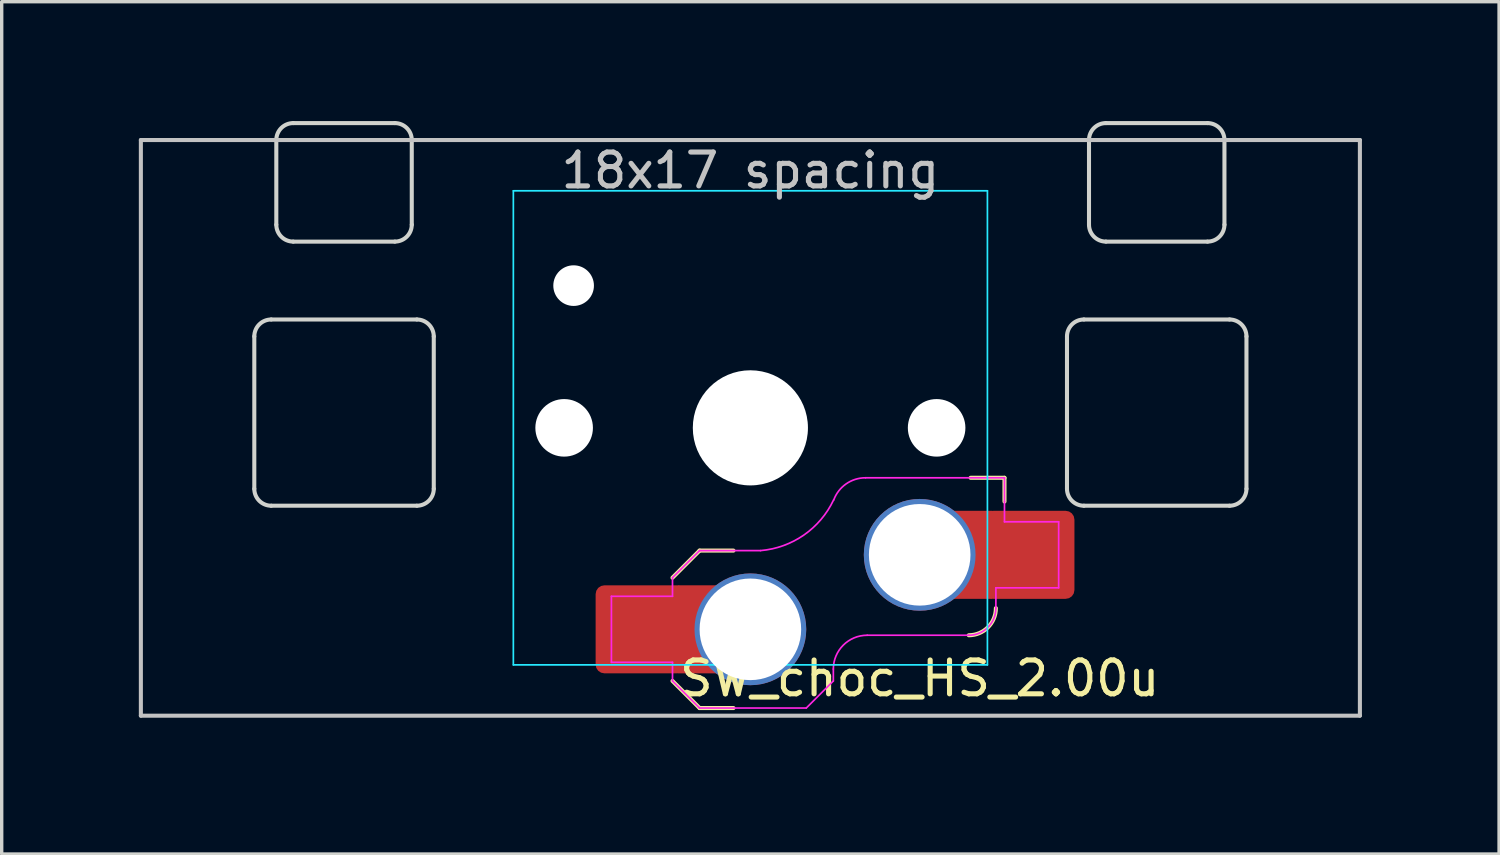
<source format=kicad_pcb>
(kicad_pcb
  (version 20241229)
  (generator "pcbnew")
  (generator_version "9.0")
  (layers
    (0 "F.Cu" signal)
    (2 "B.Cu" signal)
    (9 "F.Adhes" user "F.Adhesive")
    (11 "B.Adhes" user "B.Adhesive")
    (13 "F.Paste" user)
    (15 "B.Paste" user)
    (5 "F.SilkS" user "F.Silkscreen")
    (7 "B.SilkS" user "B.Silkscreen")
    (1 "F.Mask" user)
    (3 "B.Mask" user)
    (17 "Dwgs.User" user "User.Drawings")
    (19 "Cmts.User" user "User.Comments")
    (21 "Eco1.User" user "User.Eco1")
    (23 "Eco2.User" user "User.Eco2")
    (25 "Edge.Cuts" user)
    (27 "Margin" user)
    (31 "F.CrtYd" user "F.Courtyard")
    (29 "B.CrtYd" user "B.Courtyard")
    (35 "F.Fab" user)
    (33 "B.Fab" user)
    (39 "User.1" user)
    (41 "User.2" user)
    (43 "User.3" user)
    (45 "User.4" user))
  (footprint "SW_choc_HS_2.00u"
    (layer "F.Cu")
    (at 19.11 9.585)
    (property "Reference" "SW_choc_HS_2.00u" (at 5 7.4 180) (layer "F.SilkS") (effects (font (size 1 1) (thickness 0.15))))
    (attr smd)
    (fp_line (start -2.3 7.475) (end -1.5 8.275) (stroke (width 0.12) (type solid)) (layer "F.SilkS"))
    (fp_line (start -1.5 3.625) (end -2.3 4.425) (stroke (width 0.12) (type solid)) (layer "F.SilkS"))
    (fp_line (start -1.5 3.625) (end -0.5 3.625) (stroke (width 0.12) (type solid)) (layer "F.SilkS"))
    (fp_line (start -1.5 8.275) (end -0.5 8.275) (stroke (width 0.12) (type solid)) (layer "F.SilkS"))
    (fp_line (start 7.504 1.475) (end 6.504 1.475) (stroke (width 0.12) (type solid)) (layer "F.SilkS"))
    (fp_line (start 7.504 1.475) (end 7.504 2.175) (stroke (width 0.12) (type solid)) (layer "F.SilkS"))
    (fp_arc (start 7.25 5.325) (mid 7.015685 5.890685) (end 6.45 6.125) (stroke (width 0.12) (type solid)) (layer "F.SilkS"))
    (fp_line (start -18 -8.5) (end -18 8.5) (stroke (width 0.12) (type solid)) (layer "Dwgs.User"))
    (fp_line (start -18 8.5) (end 18 8.5) (stroke (width 0.12) (type solid)) (layer "Dwgs.User"))
    (fp_line (start 18 -8.5) (end -18 -8.5) (stroke (width 0.12) (type solid)) (layer "Dwgs.User"))
    (fp_line (start 18 8.5) (end 18 -8.5) (stroke (width 0.12) (type solid)) (layer "Dwgs.User"))
    (fp_line (start -19.05 -9.525) (end 19.05 -9.525) (stroke (width 0.12) (type solid)) (layer "Eco1.User"))
    (fp_line (start -19.05 9.525) (end -19.05 -9.525) (stroke (width 0.12) (type solid)) (layer "Eco1.User"))
    (fp_line (start 19.05 -9.525) (end 19.05 9.525) (stroke (width 0.12) (type solid)) (layer "Eco1.User"))
    (fp_line (start 19.05 9.525) (end -19.05 9.525) (stroke (width 0.12) (type solid)) (layer "Eco1.User"))
    (fp_line (start -15.15 2.55) (end -15.15 -3.3) (stroke (width 0.05) (type solid)) (layer "Eco2.User"))
    (fp_line (start -14.65 -3.8) (end -14.3 -3.8) (stroke (width 0.05) (type solid)) (layer "Eco2.User"))
    (fp_line (start -14.65 3.05) (end -9.35 3.05) (stroke (width 0.05) (type solid)) (layer "Eco2.User"))
    (fp_line (start -13.8 -4.3) (end -13.8 -7.95) (stroke (width 0.05) (type solid)) (layer "Eco2.User"))
    (fp_line (start -13.3 -8.45) (end -10.7 -8.45) (stroke (width 0.05) (type solid)) (layer "Eco2.User"))
    (fp_line (start -10.2 -4.3) (end -10.2 -7.95) (stroke (width 0.05) (type solid)) (layer "Eco2.User"))
    (fp_line (start -9.35 -3.8) (end -9.7 -3.8) (stroke (width 0.05) (type solid)) (layer "Eco2.User"))
    (fp_line (start -8.85 2.55) (end -8.85 -3.3) (stroke (width 0.05) (type solid)) (layer "Eco2.User"))
    (fp_line (start -6.95 -6.45) (end -6.95 6.45) (stroke (width 0.05) (type solid)) (layer "Eco2.User"))
    (fp_line (start -6.45 6.95) (end 6.45 6.95) (stroke (width 0.05) (type solid)) (layer "Eco2.User"))
    (fp_line (start 6.45 -6.95) (end -6.45 -6.95) (stroke (width 0.05) (type solid)) (layer "Eco2.User"))
    (fp_line (start 6.95 6.45) (end 6.95 -6.45) (stroke (width 0.05) (type solid)) (layer "Eco2.User"))
    (fp_line (start 8.85 2.55) (end 8.85 -3.3) (stroke (width 0.05) (type solid)) (layer "Eco2.User"))
    (fp_line (start 9.35 -3.8) (end 9.7 -3.8) (stroke (width 0.05) (type solid)) (layer "Eco2.User"))
    (fp_line (start 10.2 -4.3) (end 10.2 -7.95) (stroke (width 0.05) (type solid)) (layer "Eco2.User"))
    (fp_line (start 13.3 -8.45) (end 10.7 -8.45) (stroke (width 0.05) (type solid)) (layer "Eco2.User"))
    (fp_line (start 13.8 -4.3) (end 13.8 -7.95) (stroke (width 0.05) (type solid)) (layer "Eco2.User"))
    (fp_line (start 14.65 -3.8) (end 14.3 -3.8) (stroke (width 0.05) (type solid)) (layer "Eco2.User"))
    (fp_line (start 14.65 3.05) (end 9.35 3.05) (stroke (width 0.05) (type solid)) (layer "Eco2.User"))
    (fp_line (start 15.15 2.55) (end 15.15 -3.3) (stroke (width 0.05) (type solid)) (layer "Eco2.User"))
    (fp_arc (start -15.15 -3.3) (mid -15.003553 -3.653553) (end -14.65 -3.8) (stroke (width 0.05) (type solid)) (layer "Eco2.User"))
    (fp_arc (start -14.65 3.05) (mid -15.003553 2.903553) (end -15.15 2.55) (stroke (width 0.05) (type solid)) (layer "Eco2.User"))
    (fp_arc (start -13.8 -7.95) (mid -13.653553 -8.303553) (end -13.3 -8.45) (stroke (width 0.05) (type solid)) (layer "Eco2.User"))
    (fp_arc (start -13.8 -4.3) (mid -13.946447 -3.946447) (end -14.3 -3.8) (stroke (width 0.05) (type solid)) (layer "Eco2.User"))
    (fp_arc (start -10.7 -8.45) (mid -10.346447 -8.303553) (end -10.2 -7.95) (stroke (width 0.05) (type solid)) (layer "Eco2.User"))
    (fp_arc (start -9.7 -3.8) (mid -10.053553 -3.946447) (end -10.2 -4.3) (stroke (width 0.05) (type solid)) (layer "Eco2.User"))
    (fp_arc (start -9.35 -3.8) (mid -8.996447 -3.653553) (end -8.85 -3.3) (stroke (width 0.05) (type solid)) (layer "Eco2.User"))
    (fp_arc (start -8.85 2.55) (mid -8.996447 2.903553) (end -9.35 3.05) (stroke (width 0.05) (type solid)) (layer "Eco2.User"))
    (fp_arc (start -6.95 -6.45) (mid -6.803553 -6.803553) (end -6.45 -6.95) (stroke (width 0.05) (type solid)) (layer "Eco2.User"))
    (fp_arc (start -6.45 6.95) (mid -6.803553 6.803553) (end -6.95 6.45) (stroke (width 0.05) (type solid)) (layer "Eco2.User"))
    (fp_arc (start 6.45 -6.95) (mid 6.803553 -6.803553) (end 6.95 -6.45) (stroke (width 0.05) (type solid)) (layer "Eco2.User"))
    (fp_arc (start 6.95 6.45) (mid 6.803553 6.803553) (end 6.45 6.95) (stroke (width 0.05) (type solid)) (layer "Eco2.User"))
    (fp_arc (start 8.85 -3.3) (mid 8.996447 -3.653553) (end 9.35 -3.8) (stroke (width 0.05) (type solid)) (layer "Eco2.User"))
    (fp_arc (start 9.35 3.05) (mid 8.996447 2.903553) (end 8.85 2.55) (stroke (width 0.05) (type solid)) (layer "Eco2.User"))
    (fp_arc (start 10.2 -7.95) (mid 10.346447 -8.303553) (end 10.7 -8.45) (stroke (width 0.05) (type solid)) (layer "Eco2.User"))
    (fp_arc (start 10.2 -4.3) (mid 10.053553 -3.946447) (end 9.7 -3.8) (stroke (width 0.05) (type solid)) (layer "Eco2.User"))
    (fp_arc (start 13.3 -8.45) (mid 13.653553 -8.303553) (end 13.8 -7.95) (stroke (width 0.05) (type solid)) (layer "Eco2.User"))
    (fp_arc (start 14.3 -3.8) (mid 13.946447 -3.946447) (end 13.8 -4.3) (stroke (width 0.05) (type solid)) (layer "Eco2.User"))
    (fp_arc (start 14.65 -3.8) (mid 15.003553 -3.653553) (end 15.15 -3.3) (stroke (width 0.05) (type solid)) (layer "Eco2.User"))
    (fp_arc (start 15.15 2.55) (mid 15.003553 2.903553) (end 14.65 3.05) (stroke (width 0.05) (type solid)) (layer "Eco2.User"))
    (fp_line (start -14.65 1.8) (end -14.65 -2.7) (stroke (width 0.12) (type solid)) (layer "Edge.Cuts"))
    (fp_line (start -14.15 -3.2) (end -9.85 -3.2) (stroke (width 0.12) (type solid)) (layer "Edge.Cuts"))
    (fp_line (start -14.15 2.3) (end -9.85 2.3) (stroke (width 0.12) (type solid)) (layer "Edge.Cuts"))
    (fp_line (start -14 -6) (end -14 -8.5) (stroke (width 0.12) (type solid)) (layer "Edge.Cuts"))
    (fp_line (start -13.5 -9) (end -10.5 -9) (stroke (width 0.12) (type solid)) (layer "Edge.Cuts"))
    (fp_line (start -13.5 -5.5) (end -10.5 -5.5) (stroke (width 0.12) (type solid)) (layer "Edge.Cuts"))
    (fp_line (start -10 -6) (end -10 -8.5) (stroke (width 0.12) (type solid)) (layer "Edge.Cuts"))
    (fp_line (start -9.35 1.8) (end -9.35 -2.7) (stroke (width 0.12) (type solid)) (layer "Edge.Cuts"))
    (fp_line (start 9.35 1.8) (end 9.35 -2.7) (stroke (width 0.12) (type solid)) (layer "Edge.Cuts"))
    (fp_line (start 10 -6) (end 10 -8.5) (stroke (width 0.12) (type solid)) (layer "Edge.Cuts"))
    (fp_line (start 13.5 -9) (end 10.5 -9) (stroke (width 0.12) (type solid)) (layer "Edge.Cuts"))
    (fp_line (start 13.5 -5.5) (end 10.5 -5.5) (stroke (width 0.12) (type solid)) (layer "Edge.Cuts"))
    (fp_line (start 14 -6) (end 14 -8.5) (stroke (width 0.12) (type solid)) (layer "Edge.Cuts"))
    (fp_line (start 14.15 -3.2) (end 9.85 -3.2) (stroke (width 0.12) (type solid)) (layer "Edge.Cuts"))
    (fp_line (start 14.15 2.3) (end 9.85 2.3) (stroke (width 0.12) (type solid)) (layer "Edge.Cuts"))
    (fp_line (start 14.65 1.8) (end 14.65 -2.7) (stroke (width 0.12) (type solid)) (layer "Edge.Cuts"))
    (fp_arc (start -14.65 -2.7) (mid -14.503553 -3.053553) (end -14.15 -3.2) (stroke (width 0.12) (type solid)) (layer "Edge.Cuts"))
    (fp_arc (start -14.15 2.3) (mid -14.503553 2.153553) (end -14.65 1.8) (stroke (width 0.12) (type solid)) (layer "Edge.Cuts"))
    (fp_arc (start -14 -8.5) (mid -13.853553 -8.853553) (end -13.5 -9) (stroke (width 0.12) (type solid)) (layer "Edge.Cuts"))
    (fp_arc (start -13.5 -5.5) (mid -13.853553 -5.646447) (end -14 -6) (stroke (width 0.12) (type solid)) (layer "Edge.Cuts"))
    (fp_arc (start -10.5 -9) (mid -10.146447 -8.853553) (end -10 -8.5) (stroke (width 0.12) (type solid)) (layer "Edge.Cuts"))
    (fp_arc (start -10 -6) (mid -10.146447 -5.646447) (end -10.5 -5.5) (stroke (width 0.12) (type solid)) (layer "Edge.Cuts"))
    (fp_arc (start -9.85 -3.2) (mid -9.496447 -3.053553) (end -9.35 -2.7) (stroke (width 0.12) (type solid)) (layer "Edge.Cuts"))
    (fp_arc (start -9.35 1.8) (mid -9.496447 2.153553) (end -9.85 2.3) (stroke (width 0.12) (type solid)) (layer "Edge.Cuts"))
    (fp_arc (start 9.35 -2.7) (mid 9.496447 -3.053553) (end 9.85 -3.2) (stroke (width 0.12) (type solid)) (layer "Edge.Cuts"))
    (fp_arc (start 9.85 2.3) (mid 9.496447 2.153553) (end 9.35 1.8) (stroke (width 0.12) (type solid)) (layer "Edge.Cuts"))
    (fp_arc (start 10 -8.5) (mid 10.146447 -8.853553) (end 10.5 -9) (stroke (width 0.12) (type solid)) (layer "Edge.Cuts"))
    (fp_arc (start 10.5 -5.5) (mid 10.146447 -5.646447) (end 10 -6) (stroke (width 0.12) (type solid)) (layer "Edge.Cuts"))
    (fp_arc (start 13.5 -9) (mid 13.853553 -8.853553) (end 14 -8.5) (stroke (width 0.12) (type solid)) (layer "Edge.Cuts"))
    (fp_arc (start 14 -6) (mid 13.853553 -5.646447) (end 13.5 -5.5) (stroke (width 0.12) (type solid)) (layer "Edge.Cuts"))
    (fp_arc (start 14.15 -3.2) (mid 14.503553 -3.053553) (end 14.65 -2.7) (stroke (width 0.12) (type solid)) (layer "Edge.Cuts"))
    (fp_arc (start 14.65 1.8) (mid 14.503553 2.153553) (end 14.15 2.3) (stroke (width 0.12) (type solid)) (layer "Edge.Cuts"))
    (fp_line (start -7 -7) (end -7 7) (stroke (width 0.05) (type solid)) (layer "B.CrtYd"))
    (fp_line (start -7 7) (end 7 7) (stroke (width 0.05) (type solid)) (layer "B.CrtYd"))
    (fp_line (start 7 -7) (end -7 -7) (stroke (width 0.05) (type solid)) (layer "B.CrtYd"))
    (fp_line (start 7 7) (end 7 -7) (stroke (width 0.05) (type solid)) (layer "B.CrtYd"))
    (fp_line (start -4.104 4.975) (end -4.104 6.925) (stroke (width 0.05) (type solid)) (layer "F.CrtYd"))
    (fp_line (start -4.104 4.975) (end -2.3 4.975) (stroke (width 0.05) (type solid)) (layer "F.CrtYd"))
    (fp_line (start -4.104 6.925) (end -2.3 6.925) (stroke (width 0.05) (type solid)) (layer "F.CrtYd"))
    (fp_line (start -2.3 4.975) (end -2.3 4.425) (stroke (width 0.05) (type solid)) (layer "F.CrtYd"))
    (fp_line (start -2.3 7.475) (end -2.3 6.925) (stroke (width 0.05) (type solid)) (layer "F.CrtYd"))
    (fp_line (start -2.3 7.475) (end -1.5 8.275) (stroke (width 0.05) (type solid)) (layer "F.CrtYd"))
    (fp_line (start -1.5 3.625) (end -2.3 4.425) (stroke (width 0.05) (type solid)) (layer "F.CrtYd"))
    (fp_line (start -1.5 3.625) (end 0.3 3.625) (stroke (width 0.05) (type solid)) (layer "F.CrtYd"))
    (fp_line (start -1.5 8.275) (end 1.65 8.275) (stroke (width 0.05) (type solid)) (layer "F.CrtYd"))
    (fp_line (start 2.45 7.475) (end 1.65 8.275) (stroke (width 0.05) (type solid)) (layer "F.CrtYd"))
    (fp_line (start 2.45 7.475) (end 2.45 7.125) (stroke (width 0.05) (type solid)) (layer "F.CrtYd"))
    (fp_line (start 3.45 6.125) (end 6.45 6.125) (stroke (width 0.05) (type solid)) (layer "F.CrtYd"))
    (fp_line (start 7.25 4.725) (end 9.104 4.725) (stroke (width 0.05) (type solid)) (layer "F.CrtYd"))
    (fp_line (start 7.25 5.325) (end 7.25 4.725) (stroke (width 0.05) (type solid)) (layer "F.CrtYd"))
    (fp_line (start 7.504 1.475) (end 3.4 1.475) (stroke (width 0.05) (type solid)) (layer "F.CrtYd"))
    (fp_line (start 7.504 1.475) (end 7.504 2.175) (stroke (width 0.05) (type solid)) (layer "F.CrtYd"))
    (fp_line (start 7.504 2.175) (end 7.504 2.775) (stroke (width 0.05) (type solid)) (layer "F.CrtYd"))
    (fp_line (start 9.104 2.775) (end 7.504 2.775) (stroke (width 0.05) (type solid)) (layer "F.CrtYd"))
    (fp_line (start 9.104 4.725) (end 9.104 2.775) (stroke (width 0.05) (type solid)) (layer "F.CrtYd"))
    (fp_arc (start 2.45 7.125) (mid 2.742893 6.417893) (end 3.45 6.125) (stroke (width 0.05) (type solid)) (layer "F.CrtYd"))
    (fp_arc (start 2.455444 2.13293) (mid 1.577272 3.167235) (end 0.299999 3.624999) (stroke (width 0.05) (type solid)) (layer "F.CrtYd"))
    (fp_arc (start 2.460307 2.13298) (mid 2.826423 1.655848) (end 3.4 1.475) (stroke (width 0.05) (type solid)) (layer "F.CrtYd"))
    (fp_arc (start 7.25 5.325) (mid 7.015685 5.890685) (end 6.45 6.125) (stroke (width 0.05) (type solid)) (layer "F.CrtYd"))
    (fp_text user "18x17 spacing" (at 0 -7.6 180) (layer "Dwgs.User") (effects (font (size 1 1) (thickness 0.15))))
    (fp_text user "19.05 spacing" (at 0 -8.7 180) (layer "Eco1.User") (effects (font (size 1 1) (thickness 0.15))))
    (pad "" np_thru_hole circle (at -5.5 0 180) (size 1.7 1.7) (drill 1.7) (layers "*.Cu" "*.Mask"))
    (pad "" np_thru_hole circle (at -5.22 -4.2 180) (size 1.2 1.2) (drill 1.2) (layers "*.Cu" "*.Mask"))
    (pad "" np_thru_hole circle (at 0 0 180) (size 3.4 3.4) (drill 3.4) (layers "*.Cu" "*.Mask"))
    (pad "" np_thru_hole circle (at 5.5 0 180) (size 1.7 1.7) (drill 1.7) (layers "*.Cu" "*.Mask"))
    (pad "1" thru_hole circle (at 5 3.75) (size 3.3 3.3) (drill 3) (layers "*.Cu" "F.Mask"))
    (pad "1" smd rect (at 6.55 3.75) (size 1.2 2.6) (layers "F.Cu"))
    (pad "1" smd roundrect (at 8.245 3.75) (size 2.65 2.6) (layers "F.Cu" "F.Mask" "F.Paste") (roundrect_rratio 0.1))
    (pad "2" smd roundrect (at -3.245 5.95) (size 2.65 2.6) (layers "F.Cu" "F.Mask" "F.Paste") (roundrect_rratio 0.1))
    (pad "2" smd rect (at -1.55 5.95 180) (size 1.2 2.6) (layers "F.Cu"))
    (pad "2" thru_hole circle (at 0 5.95) (size 3.3 3.3) (drill 3) (layers "*.Cu" "F.Mask")))
  (gr_rect
    (start -3 -3)
    (end 41.22 22.17)
    (stroke (width 0.1) (type default))
    (fill no)
    (layer "Edge.Cuts")))
</source>
